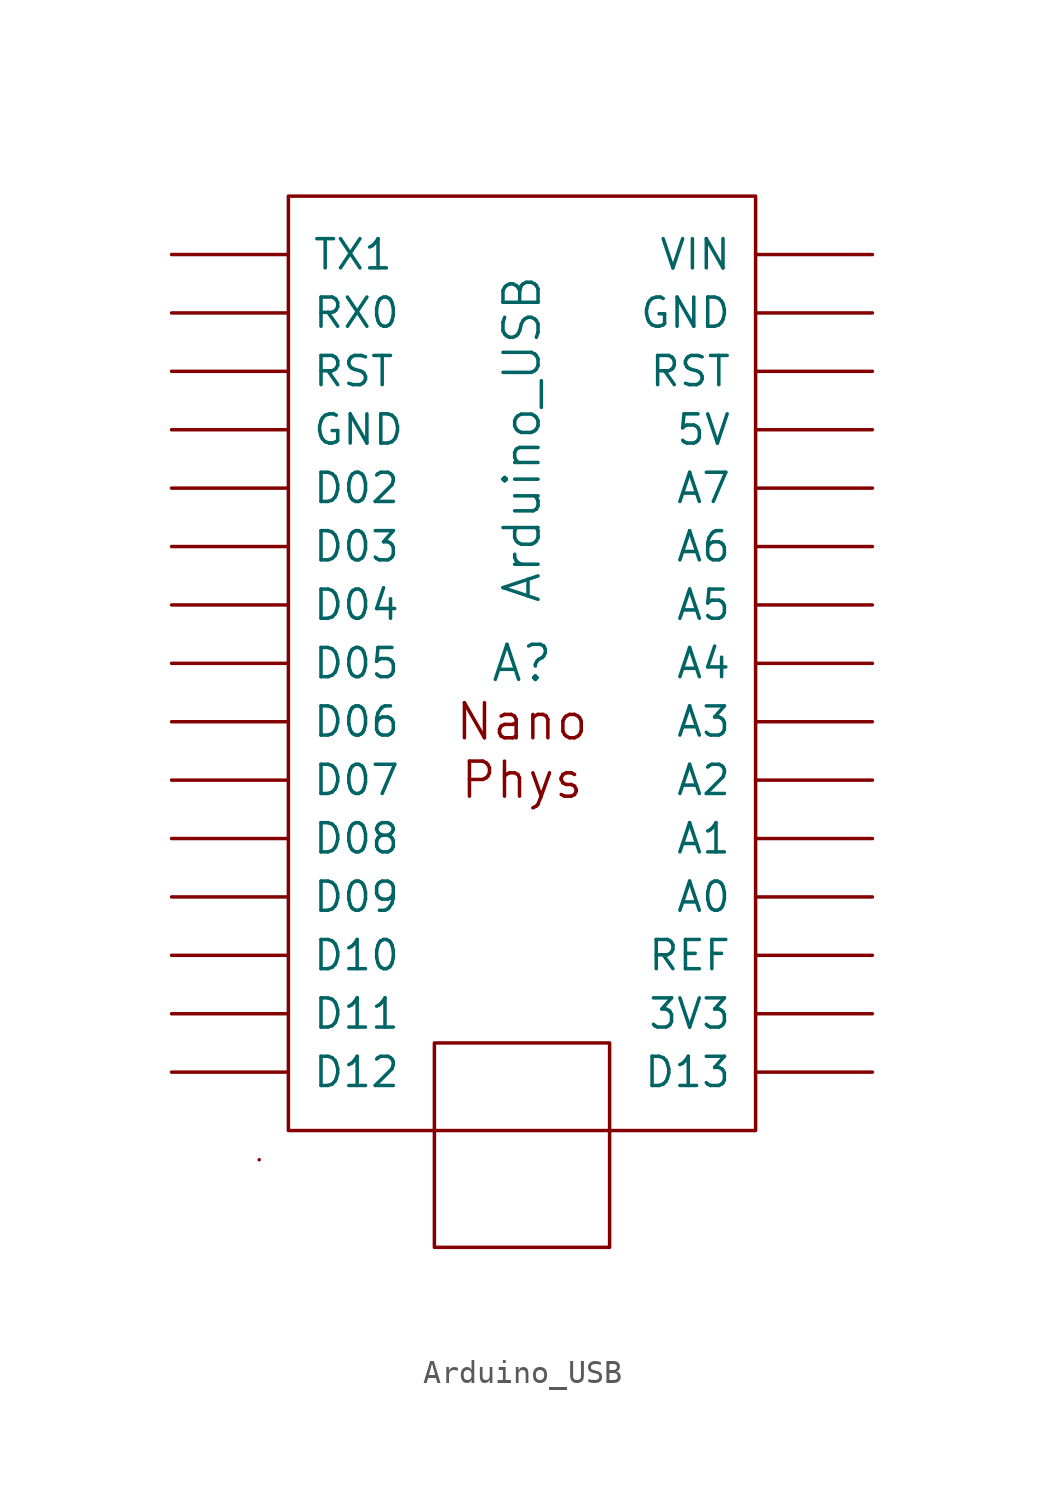
<source format=kicad_sym>
(kicad_symbol_lib
  (version 20220914)
  (generator kicad_symbol_editor)
  (symbol "Arduino_USB"
    (pin_names
      (offset 1.016))
    (property "Reference" "A"
      (at 0 0 0)
      (effects (font (size 1.524 1.524))))
    (property "Value" "Arduino_USB"
      (at 0 2.54 90)
      (effects (font (size 1.524 1.524)) (justify left)))
    (property "Footprint" ""
      (at 0 0 0)
      (effects (font (size 1.524 1.524))))
    (property "Datasheet" ""
      (at 0 0 0)
      (effects (font (size 1.524 1.524))))
    (symbol "Arduino_USB_0_0"
      (rectangle (start -10.16 20.32) (end 10.16 -20.32) (stroke (width 0) (type solid)) (fill (type none)))
      (text "Nano" (at 0 -2.54 0) (effects (font (size 1.524 1.524))))
      (text "Phys" (at 0 -5.08 0) (effects (font (size 1.524 1.524)))))
    (symbol "Arduino_USB_0_1"
      (rectangle (start -11.43 -21.59) (end -11.43 -21.59) (stroke (width 0) (type solid)) (fill (type none)))
      (rectangle (start 3.81 -25.4) (end -3.81 -16.51) (stroke (width 0) (type solid)) (fill (type none))))
    (symbol "Arduino_USB_1_1"
      (pin input line (at 15.24 -15.24 180) (length 5.08) (name "3V3" (effects (font (size 1.27 1.27)))) (number "~" (effects (font (size 1.27 1.27)))))
      (pin input line (at 15.24 10.16 180) (length 5.08) (name "5V" (effects (font (size 1.27 1.27)))) (number "~" (effects (font (size 1.27 1.27)))))
      (pin input line (at 15.24 -10.16 180) (length 5.08) (name "A0" (effects (font (size 1.27 1.27)))) (number "~" (effects (font (size 1.27 1.27)))))
      (pin input line (at 15.24 -7.62 180) (length 5.08) (name "A1" (effects (font (size 1.27 1.27)))) (number "~" (effects (font (size 1.27 1.27)))))
      (pin input line (at 15.24 -5.08 180) (length 5.08) (name "A2" (effects (font (size 1.27 1.27)))) (number "~" (effects (font (size 1.27 1.27)))))
      (pin input line (at 15.24 -2.54 180) (length 5.08) (name "A3" (effects (font (size 1.27 1.27)))) (number "~" (effects (font (size 1.27 1.27)))))
      (pin input line (at 15.24 0 180) (length 5.08) (name "A4" (effects (font (size 1.27 1.27)))) (number "~" (effects (font (size 1.27 1.27)))))
      (pin input line (at 15.24 2.54 180) (length 5.08) (name "A5" (effects (font (size 1.27 1.27)))) (number "~" (effects (font (size 1.27 1.27)))))
      (pin input line (at 15.24 5.08 180) (length 5.08) (name "A6" (effects (font (size 1.27 1.27)))) (number "~" (effects (font (size 1.27 1.27)))))
      (pin input line (at 15.24 7.62 180) (length 5.08) (name "A7" (effects (font (size 1.27 1.27)))) (number "~" (effects (font (size 1.27 1.27)))))
      (pin input line (at -15.24 7.62 0) (length 5.08) (name "D02" (effects (font (size 1.27 1.27)))) (number "~" (effects (font (size 1.27 1.27)))))
      (pin input line (at -15.24 5.08 0) (length 5.08) (name "D03" (effects (font (size 1.27 1.27)))) (number "~" (effects (font (size 1.27 1.27)))))
      (pin input line (at -15.24 2.54 0) (length 5.08) (name "D04" (effects (font (size 1.27 1.27)))) (number "~" (effects (font (size 1.27 1.27)))))
      (pin input line (at -15.24 0 0) (length 5.08) (name "D05" (effects (font (size 1.27 1.27)))) (number "~" (effects (font (size 1.27 1.27)))))
      (pin input line (at -15.24 -2.54 0) (length 5.08) (name "D06" (effects (font (size 1.27 1.27)))) (number "~" (effects (font (size 1.27 1.27)))))
      (pin input line (at -15.24 -5.08 0) (length 5.08) (name "D07" (effects (font (size 1.27 1.27)))) (number "~" (effects (font (size 1.27 1.27)))))
      (pin input line (at -15.24 -7.62 0) (length 5.08) (name "D08" (effects (font (size 1.27 1.27)))) (number "~" (effects (font (size 1.27 1.27)))))
      (pin input line (at -15.24 -10.16 0) (length 5.08) (name "D09" (effects (font (size 1.27 1.27)))) (number "~" (effects (font (size 1.27 1.27)))))
      (pin input line (at -15.24 -12.7 0) (length 5.08) (name "D10" (effects (font (size 1.27 1.27)))) (number "~" (effects (font (size 1.27 1.27)))))
      (pin input line (at -15.24 -15.24 0) (length 5.08) (name "D11" (effects (font (size 1.27 1.27)))) (number "~" (effects (font (size 1.27 1.27)))))
      (pin input line (at -15.24 -17.78 0) (length 5.08) (name "D12" (effects (font (size 1.27 1.27)))) (number "~" (effects (font (size 1.27 1.27)))))
      (pin input line (at 15.24 -17.78 180) (length 5.08) (name "D13" (effects (font (size 1.27 1.27)))) (number "~" (effects (font (size 1.27 1.27)))))
      (pin input line (at -15.24 10.16 0) (length 5.08) (name "GND" (effects (font (size 1.27 1.27)))) (number "~" (effects (font (size 1.27 1.27)))))
      (pin input line (at 15.24 15.24 180) (length 5.08) (name "GND" (effects (font (size 1.27 1.27)))) (number "~" (effects (font (size 1.27 1.27)))))
      (pin input line (at 15.24 -12.7 180) (length 5.08) (name "REF" (effects (font (size 1.27 1.27)))) (number "~" (effects (font (size 1.27 1.27)))))
      (pin input line (at -15.24 12.7 0) (length 5.08) (name "RST" (effects (font (size 1.27 1.27)))) (number "~" (effects (font (size 1.27 1.27)))))
      (pin input line (at 15.24 12.7 180) (length 5.08) (name "RST" (effects (font (size 1.27 1.27)))) (number "~" (effects (font (size 1.27 1.27)))))
      (pin input line (at -15.24 15.24 0) (length 5.08) (name "RX0" (effects (font (size 1.27 1.27)))) (number "~" (effects (font (size 1.27 1.27)))))
      (pin input line (at -15.24 17.78 0) (length 5.08) (name "TX1" (effects (font (size 1.27 1.27)))) (number "~" (effects (font (size 1.27 1.27)))))
      (pin input line (at 15.24 17.78 180) (length 5.08) (name "VIN" (effects (font (size 1.27 1.27)))) (number "~" (effects (font (size 1.27 1.27))))))))
</source>
